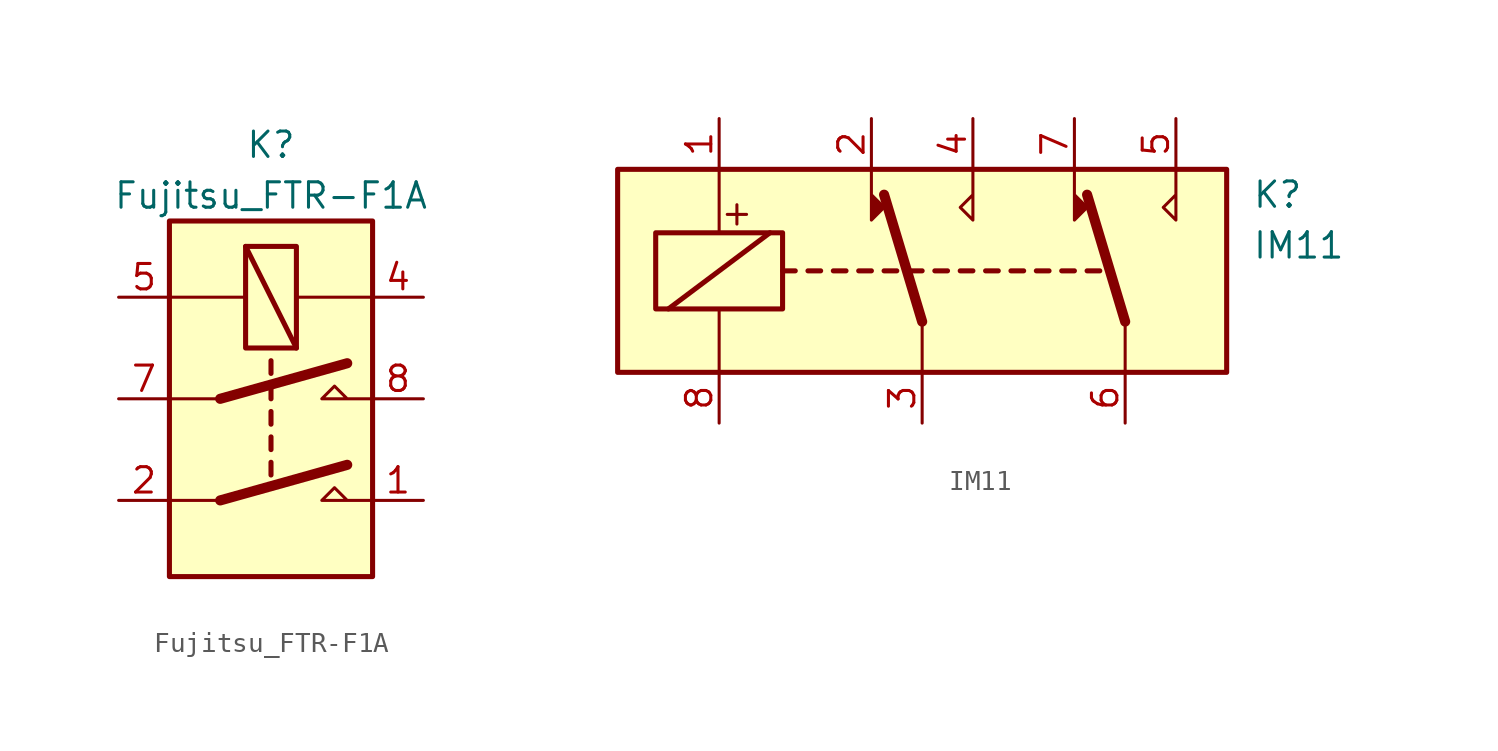
<source format=kicad_sym>
(kicad_symbol_lib
  (version 20211014)
  (generator kicad_symbol_editor)
  (symbol "Fujitsu_FTR-F1A"
    (property "Reference" "K"
      (at 0 12.7 0)
      (effects (font (size 1.27 1.27))))
    (property "Value" "Fujitsu_FTR-F1A"
      (at 0 10.16 0)
      (effects (font (size 1.27 1.27))))
    (symbol "Fujitsu_FTR-F1A_0_1"
      (rectangle (start -1.27 7.62) (end 1.27 2.54) (stroke (width 0.254) (type default) (color 0 0 0 0)) (fill (type none)))
      (polyline (pts (xy -1.27 7.62) (xy 1.27 2.54)) (stroke (width 0.254) (type default) (color 0 0 0 0)) (fill (type none))))
    (symbol "Fujitsu_FTR-F1A_1_1"
      (polyline (pts (xy -2.54 -5.08) (xy -5.08 -5.08)) (stroke (width 0) (type default) (color 0 0 0 0)) (fill (type none)))
      (polyline (pts (xy -2.54 -5.08) (xy 3.81 -3.302)) (stroke (width 0.508) (type default) (color 0 0 0 0)) (fill (type none)))
      (polyline (pts (xy -2.54 0) (xy -5.08 0)) (stroke (width 0) (type default) (color 0 0 0 0)) (fill (type none)))
      (polyline (pts (xy -2.54 0) (xy 3.81 1.778)) (stroke (width 0.508) (type default) (color 0 0 0 0)) (fill (type none)))
      (polyline (pts (xy 0 -3.175) (xy 0 -3.81)) (stroke (width 0.254) (type default) (color 0 0 0 0)) (fill (type none)))
      (polyline (pts (xy 0 -1.905) (xy 0 -2.54)) (stroke (width 0.254) (type default) (color 0 0 0 0)) (fill (type none)))
      (polyline (pts (xy 0 -0.635) (xy 0 -1.27)) (stroke (width 0.254) (type default) (color 0 0 0 0)) (fill (type none)))
      (polyline (pts (xy 0 0.635) (xy 0 0)) (stroke (width 0.254) (type default) (color 0 0 0 0)) (fill (type none)))
      (polyline (pts (xy 0 1.905) (xy 0 1.27)) (stroke (width 0.254) (type default) (color 0 0 0 0)) (fill (type none)))
      (polyline (pts (xy 5.08 5.08) (xy 1.27 5.08)) (stroke (width 0) (type default) (color 0 0 0 0)) (fill (type none)))
      (polyline (pts (xy -5.08 5.08) (xy -1.27 5.08) (xy -1.524 5.08)) (stroke (width 0) (type default) (color 0 0 0 0)) (fill (type none)))
      (polyline (pts (xy 5.08 -5.08) (xy 2.54 -5.08) (xy 3.175 -4.445) (xy 3.81 -5.08)) (stroke (width 0) (type default) (color 0 0 0 0)) (fill (type none)))
      (polyline (pts (xy 5.08 0) (xy 2.54 0) (xy 3.175 0.635) (xy 3.81 0)) (stroke (width 0) (type default) (color 0 0 0 0)) (fill (type none)))
      (rectangle (start 5.08 8.89) (end -5.08 -8.89) (stroke (width 0.254) (type default) (color 0 0 0 0)) (fill (type background)))
      (pin passive line (at 7.62 -5.08 180) (length 2.54) (name "~" (effects (font (size 1.27 1.27)))) (number "1" (effects (font (size 1.27 1.27)))))
      (pin passive line (at -7.62 -5.08 0) (length 2.54) (name "~" (effects (font (size 1.27 1.27)))) (number "2" (effects (font (size 1.27 1.27)))))
      (pin passive line (at 7.62 5.08 180) (length 2.54) (name "~" (effects (font (size 1.27 1.27)))) (number "4" (effects (font (size 1.27 1.27)))))
      (pin passive line (at -7.62 5.08 0) (length 2.54) (name "~" (effects (font (size 1.27 1.27)))) (number "5" (effects (font (size 1.27 1.27)))))
      (pin passive line (at -7.62 0 0) (length 2.54) (name "~" (effects (font (size 1.27 1.27)))) (number "7" (effects (font (size 1.27 1.27)))))
      (pin passive line (at 7.62 0 180) (length 2.54) (name "~" (effects (font (size 1.27 1.27)))) (number "8" (effects (font (size 1.27 1.27)))))))
  (symbol "IM11"
    (property "Reference" "K"
      (at 16.51 3.81 0)
      (effects (font (size 1.27 1.27)) (justify left)))
    (property "Value" "IM11"
      (at 16.51 1.27 0)
      (effects (font (size 1.27 1.27)) (justify left)))
    (symbol "IM11_0_0"
      (text "+" (at -9.271 2.921 0) (effects (font (size 1.27 1.27)))))
    (symbol "IM11_0_1"
      (rectangle (start -15.24 5.08) (end 15.24 -5.08) (stroke (width 0.254) (type default) (color 0 0 0 0)) (fill (type background)))
      (rectangle (start -13.335 1.905) (end -6.985 -1.905) (stroke (width 0.254) (type default) (color 0 0 0 0)) (fill (type none)))
      (polyline (pts (xy -12.7 -1.905) (xy -7.62 1.905)) (stroke (width 0.254) (type default) (color 0 0 0 0)) (fill (type none)))
      (polyline (pts (xy -10.16 -5.08) (xy -10.16 -1.905)) (stroke (width 0) (type default) (color 0 0 0 0)) (fill (type none)))
      (polyline (pts (xy -10.16 5.08) (xy -10.16 1.905)) (stroke (width 0) (type default) (color 0 0 0 0)) (fill (type none)))
      (polyline (pts (xy -6.985 0) (xy -6.35 0)) (stroke (width 0.254) (type default) (color 0 0 0 0)) (fill (type none)))
      (polyline (pts (xy -5.715 0) (xy -5.08 0)) (stroke (width 0.254) (type default) (color 0 0 0 0)) (fill (type none)))
      (polyline (pts (xy -4.445 0) (xy -3.81 0)) (stroke (width 0.254) (type default) (color 0 0 0 0)) (fill (type none)))
      (polyline (pts (xy -3.175 0) (xy -2.54 0)) (stroke (width 0.254) (type default) (color 0 0 0 0)) (fill (type none)))
      (polyline (pts (xy -1.905 0) (xy -1.27 0)) (stroke (width 0.254) (type default) (color 0 0 0 0)) (fill (type none)))
      (polyline (pts (xy -0.635 0) (xy 0 0)) (stroke (width 0.254) (type default) (color 0 0 0 0)) (fill (type none)))
      (polyline (pts (xy 0 -2.54) (xy -1.905 3.81)) (stroke (width 0.508) (type default) (color 0 0 0 0)) (fill (type none)))
      (polyline (pts (xy 0 -2.54) (xy 0 -5.08)) (stroke (width 0) (type default) (color 0 0 0 0)) (fill (type none)))
      (polyline (pts (xy 0.635 0) (xy 1.27 0)) (stroke (width 0.254) (type default) (color 0 0 0 0)) (fill (type none)))
      (polyline (pts (xy 1.905 0) (xy 2.54 0)) (stroke (width 0.254) (type default) (color 0 0 0 0)) (fill (type none)))
      (polyline (pts (xy 3.175 0) (xy 3.81 0)) (stroke (width 0.254) (type default) (color 0 0 0 0)) (fill (type none)))
      (polyline (pts (xy 4.445 0) (xy 5.08 0)) (stroke (width 0.254) (type default) (color 0 0 0 0)) (fill (type none)))
      (polyline (pts (xy 5.715 0) (xy 6.35 0)) (stroke (width 0.254) (type default) (color 0 0 0 0)) (fill (type none)))
      (polyline (pts (xy 6.985 0) (xy 7.62 0)) (stroke (width 0.254) (type default) (color 0 0 0 0)) (fill (type none)))
      (polyline (pts (xy 8.255 0) (xy 8.89 0)) (stroke (width 0.254) (type default) (color 0 0 0 0)) (fill (type none)))
      (polyline (pts (xy 10.16 -2.54) (xy 8.255 3.81)) (stroke (width 0.508) (type default) (color 0 0 0 0)) (fill (type none)))
      (polyline (pts (xy 10.16 -2.54) (xy 10.16 -5.08)) (stroke (width 0) (type default) (color 0 0 0 0)) (fill (type none)))
      (polyline (pts (xy -2.54 5.08) (xy -2.54 2.54) (xy -1.905 3.175) (xy -2.54 3.81)) (stroke (width 0) (type default) (color 0 0 0 0)) (fill (type outline)))
      (polyline (pts (xy 2.54 5.08) (xy 2.54 2.54) (xy 1.905 3.175) (xy 2.54 3.81)) (stroke (width 0) (type default) (color 0 0 0 0)) (fill (type none)))
      (polyline (pts (xy 7.62 5.08) (xy 7.62 2.54) (xy 8.255 3.175) (xy 7.62 3.81)) (stroke (width 0) (type default) (color 0 0 0 0)) (fill (type outline)))
      (polyline (pts (xy 12.7 5.08) (xy 12.7 2.54) (xy 12.065 3.175) (xy 12.7 3.81)) (stroke (width 0) (type default) (color 0 0 0 0)) (fill (type none))))
    (symbol "IM11_1_1"
      (pin passive line (at -10.16 7.62 270) (length 2.54) (name "~" (effects (font (size 1.27 1.27)))) (number "1" (effects (font (size 1.27 1.27)))))
      (pin passive line (at -2.54 7.62 270) (length 2.54) (name "~" (effects (font (size 1.27 1.27)))) (number "2" (effects (font (size 1.27 1.27)))))
      (pin passive line (at 0 -7.62 90) (length 2.54) (name "~" (effects (font (size 1.27 1.27)))) (number "3" (effects (font (size 1.27 1.27)))))
      (pin passive line (at 2.54 7.62 270) (length 2.54) (name "~" (effects (font (size 1.27 1.27)))) (number "4" (effects (font (size 1.27 1.27)))))
      (pin passive line (at 12.7 7.62 270) (length 2.54) (name "~" (effects (font (size 1.27 1.27)))) (number "5" (effects (font (size 1.27 1.27)))))
      (pin passive line (at 10.16 -7.62 90) (length 2.54) (name "~" (effects (font (size 1.27 1.27)))) (number "6" (effects (font (size 1.27 1.27)))))
      (pin passive line (at 7.62 7.62 270) (length 2.54) (name "~" (effects (font (size 1.27 1.27)))) (number "7" (effects (font (size 1.27 1.27)))))
      (pin passive line (at -10.16 -7.62 90) (length 2.54) (name "~" (effects (font (size 1.27 1.27)))) (number "8" (effects (font (size 1.27 1.27))))))))
</source>
